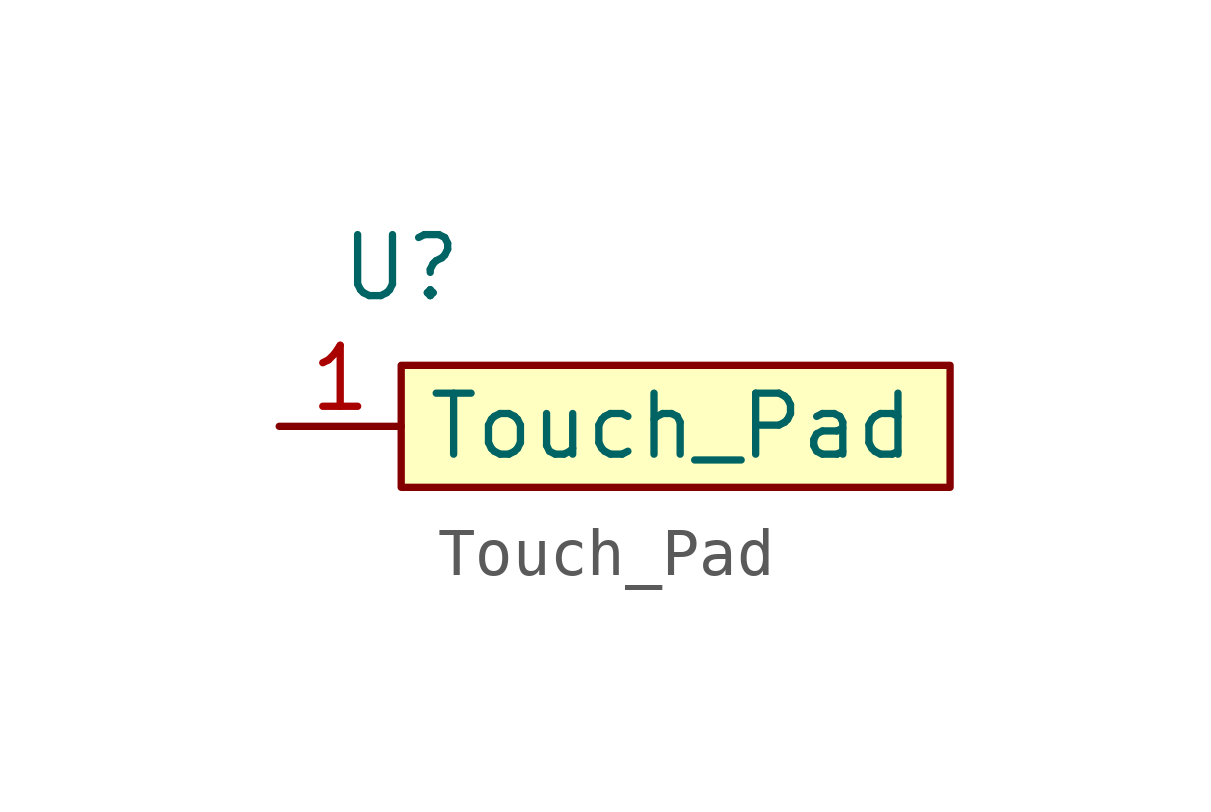
<source format=kicad_sym>
(kicad_symbol_lib
  (version 20241209)
  (generator "kicad_symbol_editor")
  (generator_version "9.0")
  (symbol "Touch_Pad"
    (property "Reference" "U"
      (at 0 3.302 0)
      (effects (font (size 1.27 1.27))))
    (property "Value" ""
      (at 0 0 0)
      (effects (font (size 1.27 1.27))))
    (symbol "Touch_Pad_1_1"
      (rectangle (start 0 1.27) (end 11.43 -1.27) (stroke (width 0) (type solid)) (fill (type background)))
      (pin input line (at -2.54 0 0) (length 2.54) (name "Touch_Pad" (effects (font (size 1.27 1.27)))) (number "1" (effects (font (size 1.27 1.27))))))))
</source>
